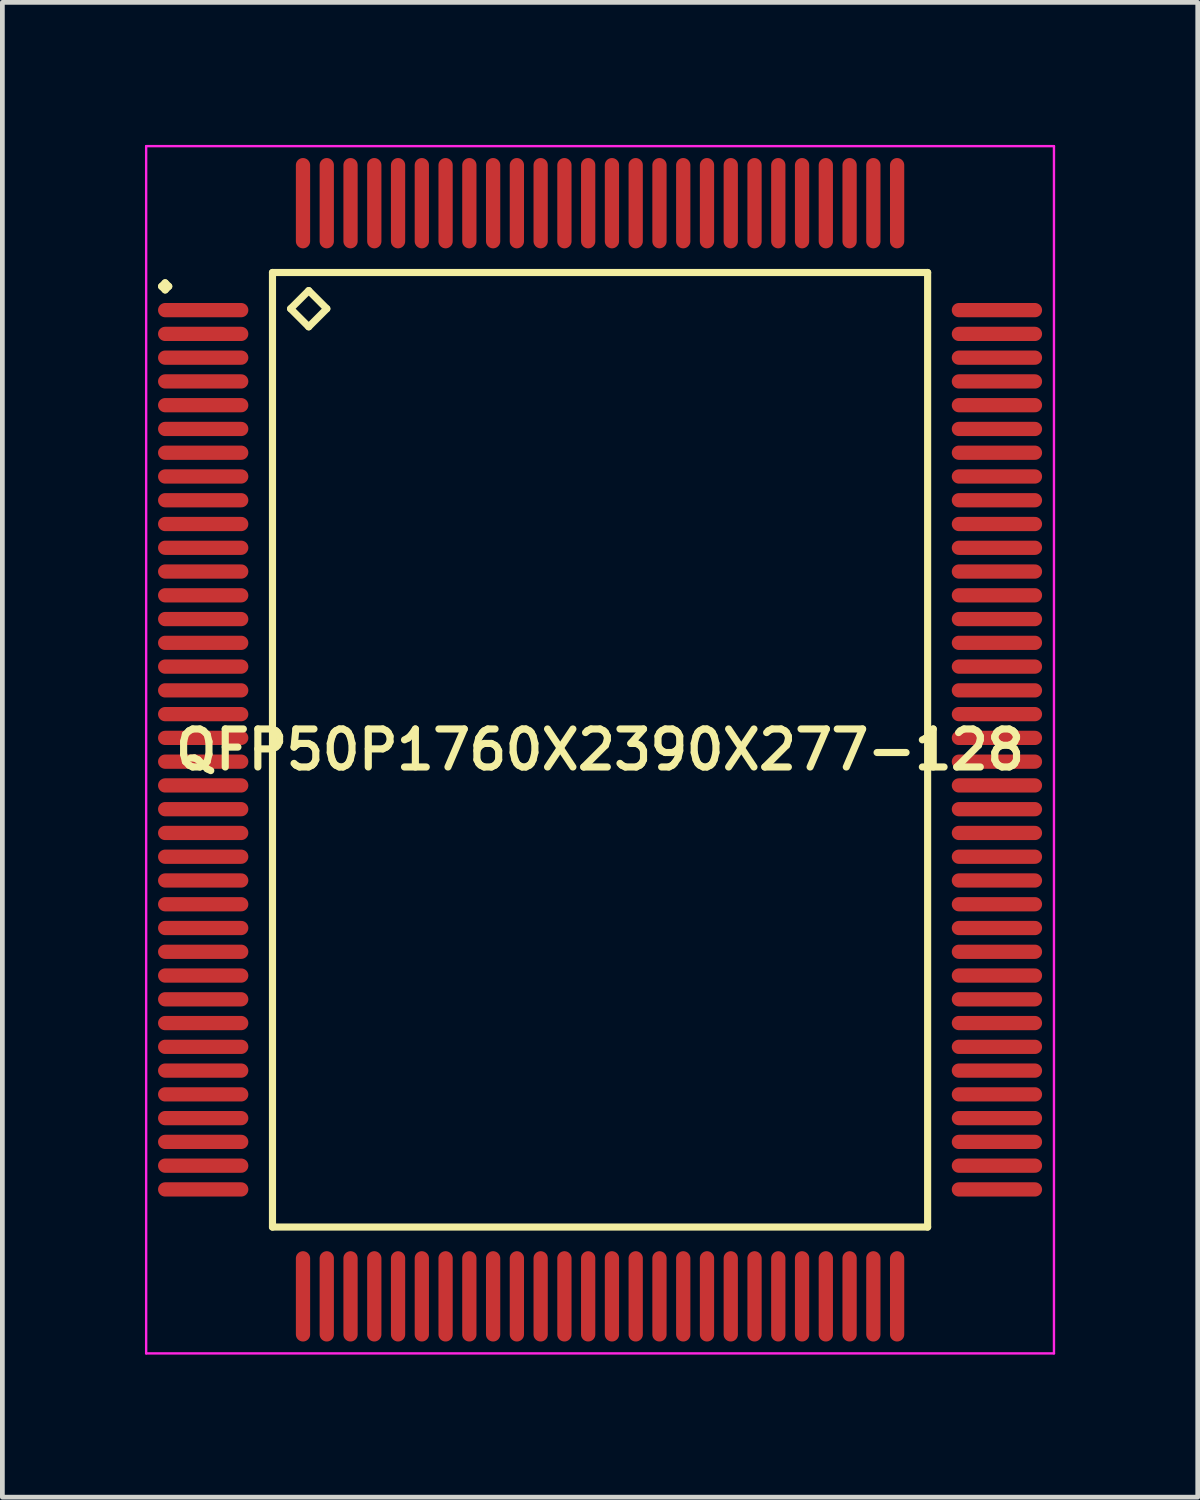
<source format=kicad_pcb>
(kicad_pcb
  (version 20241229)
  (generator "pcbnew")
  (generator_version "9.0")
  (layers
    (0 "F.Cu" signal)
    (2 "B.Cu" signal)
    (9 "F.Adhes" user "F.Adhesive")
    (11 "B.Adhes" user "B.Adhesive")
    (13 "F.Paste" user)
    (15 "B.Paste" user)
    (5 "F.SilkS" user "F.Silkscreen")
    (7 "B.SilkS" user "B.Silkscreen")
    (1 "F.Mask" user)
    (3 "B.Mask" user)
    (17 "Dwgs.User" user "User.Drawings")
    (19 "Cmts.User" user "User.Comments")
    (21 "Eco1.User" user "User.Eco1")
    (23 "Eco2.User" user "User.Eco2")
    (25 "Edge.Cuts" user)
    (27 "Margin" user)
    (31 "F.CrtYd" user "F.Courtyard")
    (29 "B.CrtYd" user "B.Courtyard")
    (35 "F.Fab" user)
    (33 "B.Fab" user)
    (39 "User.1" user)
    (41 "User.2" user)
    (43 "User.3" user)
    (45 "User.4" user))
  (footprint "QFP50P1760X2390X277-128"
    (layer "F.Cu")
    (at 9.575 12.725)
    (property "Reference" "QFP50P1760X2390X277-128" (at 0 0 0) (layer "F.SilkS") (effects (font (size 0.8 0.8) (thickness 0.15))))
    (attr smd)
    (fp_line (start -9.225 -9.75) (end -9.15 -9.825) (stroke (width 0.15) (type solid)) (layer "F.SilkS"))
    (fp_line (start -9.15 -9.825) (end -9.075 -9.75) (stroke (width 0.15) (type solid)) (layer "F.SilkS"))
    (fp_line (start -9.15 -9.675) (end -9.225 -9.75) (stroke (width 0.15) (type solid)) (layer "F.SilkS"))
    (fp_line (start -9.075 -9.75) (end -9.15 -9.675) (stroke (width 0.15) (type solid)) (layer "F.SilkS"))
    (fp_line (start -6.892 -10.042) (end -6.892 10.042) (stroke (width 0.15) (type solid)) (layer "F.SilkS"))
    (fp_line (start -6.892 10.042) (end 6.892 10.042) (stroke (width 0.15) (type solid)) (layer "F.SilkS"))
    (fp_line (start -6.511 -9.28) (end -6.13 -9.661) (stroke (width 0.15) (type solid)) (layer "F.SilkS"))
    (fp_line (start -6.13 -9.661) (end -5.749 -9.28) (stroke (width 0.15) (type solid)) (layer "F.SilkS"))
    (fp_line (start -6.13 -8.899) (end -6.511 -9.28) (stroke (width 0.15) (type solid)) (layer "F.SilkS"))
    (fp_line (start -5.749 -9.28) (end -6.13 -8.899) (stroke (width 0.15) (type solid)) (layer "F.SilkS"))
    (fp_line (start 6.892 -10.042) (end -6.892 -10.042) (stroke (width 0.15) (type solid)) (layer "F.SilkS"))
    (fp_line (start 6.892 10.042) (end 6.892 -10.042) (stroke (width 0.15) (type solid)) (layer "F.SilkS"))
    (fp_line (start -9.55 -12.7) (end 9.55 -12.7) (stroke (width 0.05) (type solid)) (layer "F.CrtYd"))
    (fp_line (start -9.55 12.7) (end -9.55 -12.7) (stroke (width 0.05) (type solid)) (layer "F.CrtYd"))
    (fp_line (start 9.55 -12.7) (end 9.55 12.7) (stroke (width 0.05) (type solid)) (layer "F.CrtYd"))
    (fp_line (start 9.55 12.7) (end -9.55 12.7) (stroke (width 0.05) (type solid)) (layer "F.CrtYd"))
    (pad "1" smd oval (at -8.35 -9.25) (size 1.9 0.3) (layers "F.Cu" "F.Mask" "F.Paste"))
    (pad "2" smd oval (at -8.35 -8.75) (size 1.9 0.3) (layers "F.Cu" "F.Mask" "F.Paste"))
    (pad "3" smd oval (at -8.35 -8.25) (size 1.9 0.3) (layers "F.Cu" "F.Mask" "F.Paste"))
    (pad "4" smd oval (at -8.35 -7.75) (size 1.9 0.3) (layers "F.Cu" "F.Mask" "F.Paste"))
    (pad "5" smd oval (at -8.35 -7.25) (size 1.9 0.3) (layers "F.Cu" "F.Mask" "F.Paste"))
    (pad "6" smd oval (at -8.35 -6.75) (size 1.9 0.3) (layers "F.Cu" "F.Mask" "F.Paste"))
    (pad "7" smd oval (at -8.35 -6.25) (size 1.9 0.3) (layers "F.Cu" "F.Mask" "F.Paste"))
    (pad "8" smd oval (at -8.35 -5.75) (size 1.9 0.3) (layers "F.Cu" "F.Mask" "F.Paste"))
    (pad "9" smd oval (at -8.35 -5.25) (size 1.9 0.3) (layers "F.Cu" "F.Mask" "F.Paste"))
    (pad "10" smd oval (at -8.35 -4.75) (size 1.9 0.3) (layers "F.Cu" "F.Mask" "F.Paste"))
    (pad "11" smd oval (at -8.35 -4.25) (size 1.9 0.3) (layers "F.Cu" "F.Mask" "F.Paste"))
    (pad "12" smd oval (at -8.35 -3.75) (size 1.9 0.3) (layers "F.Cu" "F.Mask" "F.Paste"))
    (pad "13" smd oval (at -8.35 -3.25) (size 1.9 0.3) (layers "F.Cu" "F.Mask" "F.Paste"))
    (pad "14" smd oval (at -8.35 -2.75) (size 1.9 0.3) (layers "F.Cu" "F.Mask" "F.Paste"))
    (pad "15" smd oval (at -8.35 -2.25) (size 1.9 0.3) (layers "F.Cu" "F.Mask" "F.Paste"))
    (pad "16" smd oval (at -8.35 -1.75) (size 1.9 0.3) (layers "F.Cu" "F.Mask" "F.Paste"))
    (pad "17" smd oval (at -8.35 -1.25) (size 1.9 0.3) (layers "F.Cu" "F.Mask" "F.Paste"))
    (pad "18" smd oval (at -8.35 -0.75) (size 1.9 0.3) (layers "F.Cu" "F.Mask" "F.Paste"))
    (pad "19" smd oval (at -8.35 -0.25) (size 1.9 0.3) (layers "F.Cu" "F.Mask" "F.Paste"))
    (pad "20" smd oval (at -8.35 0.25) (size 1.9 0.3) (layers "F.Cu" "F.Mask" "F.Paste"))
    (pad "21" smd oval (at -8.35 0.75) (size 1.9 0.3) (layers "F.Cu" "F.Mask" "F.Paste"))
    (pad "22" smd oval (at -8.35 1.25) (size 1.9 0.3) (layers "F.Cu" "F.Mask" "F.Paste"))
    (pad "23" smd oval (at -8.35 1.75) (size 1.9 0.3) (layers "F.Cu" "F.Mask" "F.Paste"))
    (pad "24" smd oval (at -8.35 2.25) (size 1.9 0.3) (layers "F.Cu" "F.Mask" "F.Paste"))
    (pad "25" smd oval (at -8.35 2.75) (size 1.9 0.3) (layers "F.Cu" "F.Mask" "F.Paste"))
    (pad "26" smd oval (at -8.35 3.25) (size 1.9 0.3) (layers "F.Cu" "F.Mask" "F.Paste"))
    (pad "27" smd oval (at -8.35 3.75) (size 1.9 0.3) (layers "F.Cu" "F.Mask" "F.Paste"))
    (pad "28" smd oval (at -8.35 4.25) (size 1.9 0.3) (layers "F.Cu" "F.Mask" "F.Paste"))
    (pad "29" smd oval (at -8.35 4.75) (size 1.9 0.3) (layers "F.Cu" "F.Mask" "F.Paste"))
    (pad "30" smd oval (at -8.35 5.25) (size 1.9 0.3) (layers "F.Cu" "F.Mask" "F.Paste"))
    (pad "31" smd oval (at -8.35 5.75) (size 1.9 0.3) (layers "F.Cu" "F.Mask" "F.Paste"))
    (pad "32" smd oval (at -8.35 6.25) (size 1.9 0.3) (layers "F.Cu" "F.Mask" "F.Paste"))
    (pad "33" smd oval (at -8.35 6.75) (size 1.9 0.3) (layers "F.Cu" "F.Mask" "F.Paste"))
    (pad "34" smd oval (at -8.35 7.25) (size 1.9 0.3) (layers "F.Cu" "F.Mask" "F.Paste"))
    (pad "35" smd oval (at -8.35 7.75) (size 1.9 0.3) (layers "F.Cu" "F.Mask" "F.Paste"))
    (pad "36" smd oval (at -8.35 8.25) (size 1.9 0.3) (layers "F.Cu" "F.Mask" "F.Paste"))
    (pad "37" smd oval (at -8.35 8.75) (size 1.9 0.3) (layers "F.Cu" "F.Mask" "F.Paste"))
    (pad "38" smd oval (at -8.35 9.25) (size 1.9 0.3) (layers "F.Cu" "F.Mask" "F.Paste"))
    (pad "39" smd oval (at -6.25 11.5) (size 0.3 1.9) (layers "F.Cu" "F.Mask" "F.Paste"))
    (pad "40" smd oval (at -5.75 11.5) (size 0.3 1.9) (layers "F.Cu" "F.Mask" "F.Paste"))
    (pad "41" smd oval (at -5.25 11.5) (size 0.3 1.9) (layers "F.Cu" "F.Mask" "F.Paste"))
    (pad "42" smd oval (at -4.75 11.5) (size 0.3 1.9) (layers "F.Cu" "F.Mask" "F.Paste"))
    (pad "43" smd oval (at -4.25 11.5) (size 0.3 1.9) (layers "F.Cu" "F.Mask" "F.Paste"))
    (pad "44" smd oval (at -3.75 11.5) (size 0.3 1.9) (layers "F.Cu" "F.Mask" "F.Paste"))
    (pad "45" smd oval (at -3.25 11.5) (size 0.3 1.9) (layers "F.Cu" "F.Mask" "F.Paste"))
    (pad "46" smd oval (at -2.75 11.5) (size 0.3 1.9) (layers "F.Cu" "F.Mask" "F.Paste"))
    (pad "47" smd oval (at -2.25 11.5) (size 0.3 1.9) (layers "F.Cu" "F.Mask" "F.Paste"))
    (pad "48" smd oval (at -1.75 11.5) (size 0.3 1.9) (layers "F.Cu" "F.Mask" "F.Paste"))
    (pad "49" smd oval (at -1.25 11.5) (size 0.3 1.9) (layers "F.Cu" "F.Mask" "F.Paste"))
    (pad "50" smd oval (at -0.75 11.5) (size 0.3 1.9) (layers "F.Cu" "F.Mask" "F.Paste"))
    (pad "51" smd oval (at -0.25 11.5) (size 0.3 1.9) (layers "F.Cu" "F.Mask" "F.Paste"))
    (pad "52" smd oval (at 0.25 11.5) (size 0.3 1.9) (layers "F.Cu" "F.Mask" "F.Paste"))
    (pad "53" smd oval (at 0.75 11.5) (size 0.3 1.9) (layers "F.Cu" "F.Mask" "F.Paste"))
    (pad "54" smd oval (at 1.25 11.5) (size 0.3 1.9) (layers "F.Cu" "F.Mask" "F.Paste"))
    (pad "55" smd oval (at 1.75 11.5) (size 0.3 1.9) (layers "F.Cu" "F.Mask" "F.Paste"))
    (pad "56" smd oval (at 2.25 11.5) (size 0.3 1.9) (layers "F.Cu" "F.Mask" "F.Paste"))
    (pad "57" smd oval (at 2.75 11.5) (size 0.3 1.9) (layers "F.Cu" "F.Mask" "F.Paste"))
    (pad "58" smd oval (at 3.25 11.5) (size 0.3 1.9) (layers "F.Cu" "F.Mask" "F.Paste"))
    (pad "59" smd oval (at 3.75 11.5) (size 0.3 1.9) (layers "F.Cu" "F.Mask" "F.Paste"))
    (pad "60" smd oval (at 4.25 11.5) (size 0.3 1.9) (layers "F.Cu" "F.Mask" "F.Paste"))
    (pad "61" smd oval (at 4.75 11.5) (size 0.3 1.9) (layers "F.Cu" "F.Mask" "F.Paste"))
    (pad "62" smd oval (at 5.25 11.5) (size 0.3 1.9) (layers "F.Cu" "F.Mask" "F.Paste"))
    (pad "63" smd oval (at 5.75 11.5) (size 0.3 1.9) (layers "F.Cu" "F.Mask" "F.Paste"))
    (pad "64" smd oval (at 6.25 11.5) (size 0.3 1.9) (layers "F.Cu" "F.Mask" "F.Paste"))
    (pad "65" smd oval (at 8.35 9.25) (size 1.9 0.3) (layers "F.Cu" "F.Mask" "F.Paste"))
    (pad "66" smd oval (at 8.35 8.75) (size 1.9 0.3) (layers "F.Cu" "F.Mask" "F.Paste"))
    (pad "67" smd oval (at 8.35 8.25) (size 1.9 0.3) (layers "F.Cu" "F.Mask" "F.Paste"))
    (pad "68" smd oval (at 8.35 7.75) (size 1.9 0.3) (layers "F.Cu" "F.Mask" "F.Paste"))
    (pad "69" smd oval (at 8.35 7.25) (size 1.9 0.3) (layers "F.Cu" "F.Mask" "F.Paste"))
    (pad "70" smd oval (at 8.35 6.75) (size 1.9 0.3) (layers "F.Cu" "F.Mask" "F.Paste"))
    (pad "71" smd oval (at 8.35 6.25) (size 1.9 0.3) (layers "F.Cu" "F.Mask" "F.Paste"))
    (pad "72" smd oval (at 8.35 5.75) (size 1.9 0.3) (layers "F.Cu" "F.Mask" "F.Paste"))
    (pad "73" smd oval (at 8.35 5.25) (size 1.9 0.3) (layers "F.Cu" "F.Mask" "F.Paste"))
    (pad "74" smd oval (at 8.35 4.75) (size 1.9 0.3) (layers "F.Cu" "F.Mask" "F.Paste"))
    (pad "75" smd oval (at 8.35 4.25) (size 1.9 0.3) (layers "F.Cu" "F.Mask" "F.Paste"))
    (pad "76" smd oval (at 8.35 3.75) (size 1.9 0.3) (layers "F.Cu" "F.Mask" "F.Paste"))
    (pad "77" smd oval (at 8.35 3.25) (size 1.9 0.3) (layers "F.Cu" "F.Mask" "F.Paste"))
    (pad "78" smd oval (at 8.35 2.75) (size 1.9 0.3) (layers "F.Cu" "F.Mask" "F.Paste"))
    (pad "79" smd oval (at 8.35 2.25) (size 1.9 0.3) (layers "F.Cu" "F.Mask" "F.Paste"))
    (pad "80" smd oval (at 8.35 1.75) (size 1.9 0.3) (layers "F.Cu" "F.Mask" "F.Paste"))
    (pad "81" smd oval (at 8.35 1.25) (size 1.9 0.3) (layers "F.Cu" "F.Mask" "F.Paste"))
    (pad "82" smd oval (at 8.35 0.75) (size 1.9 0.3) (layers "F.Cu" "F.Mask" "F.Paste"))
    (pad "83" smd oval (at 8.35 0.25) (size 1.9 0.3) (layers "F.Cu" "F.Mask" "F.Paste"))
    (pad "84" smd oval (at 8.35 -0.25) (size 1.9 0.3) (layers "F.Cu" "F.Mask" "F.Paste"))
    (pad "85" smd oval (at 8.35 -0.75) (size 1.9 0.3) (layers "F.Cu" "F.Mask" "F.Paste"))
    (pad "86" smd oval (at 8.35 -1.25) (size 1.9 0.3) (layers "F.Cu" "F.Mask" "F.Paste"))
    (pad "87" smd oval (at 8.35 -1.75) (size 1.9 0.3) (layers "F.Cu" "F.Mask" "F.Paste"))
    (pad "88" smd oval (at 8.35 -2.25) (size 1.9 0.3) (layers "F.Cu" "F.Mask" "F.Paste"))
    (pad "89" smd oval (at 8.35 -2.75) (size 1.9 0.3) (layers "F.Cu" "F.Mask" "F.Paste"))
    (pad "90" smd oval (at 8.35 -3.25) (size 1.9 0.3) (layers "F.Cu" "F.Mask" "F.Paste"))
    (pad "91" smd oval (at 8.35 -3.75) (size 1.9 0.3) (layers "F.Cu" "F.Mask" "F.Paste"))
    (pad "92" smd oval (at 8.35 -4.25) (size 1.9 0.3) (layers "F.Cu" "F.Mask" "F.Paste"))
    (pad "93" smd oval (at 8.35 -4.75) (size 1.9 0.3) (layers "F.Cu" "F.Mask" "F.Paste"))
    (pad "94" smd oval (at 8.35 -5.25) (size 1.9 0.3) (layers "F.Cu" "F.Mask" "F.Paste"))
    (pad "95" smd oval (at 8.35 -5.75) (size 1.9 0.3) (layers "F.Cu" "F.Mask" "F.Paste"))
    (pad "96" smd oval (at 8.35 -6.25) (size 1.9 0.3) (layers "F.Cu" "F.Mask" "F.Paste"))
    (pad "97" smd oval (at 8.35 -6.75) (size 1.9 0.3) (layers "F.Cu" "F.Mask" "F.Paste"))
    (pad "98" smd oval (at 8.35 -7.25) (size 1.9 0.3) (layers "F.Cu" "F.Mask" "F.Paste"))
    (pad "99" smd oval (at 8.35 -7.75) (size 1.9 0.3) (layers "F.Cu" "F.Mask" "F.Paste"))
    (pad "100" smd oval (at 8.35 -8.25) (size 1.9 0.3) (layers "F.Cu" "F.Mask" "F.Paste"))
    (pad "101" smd oval (at 8.35 -8.75) (size 1.9 0.3) (layers "F.Cu" "F.Mask" "F.Paste"))
    (pad "102" smd oval (at 8.35 -9.25) (size 1.9 0.3) (layers "F.Cu" "F.Mask" "F.Paste"))
    (pad "103" smd oval (at 6.25 -11.5) (size 0.3 1.9) (layers "F.Cu" "F.Mask" "F.Paste"))
    (pad "104" smd oval (at 5.75 -11.5) (size 0.3 1.9) (layers "F.Cu" "F.Mask" "F.Paste"))
    (pad "105" smd oval (at 5.25 -11.5) (size 0.3 1.9) (layers "F.Cu" "F.Mask" "F.Paste"))
    (pad "106" smd oval (at 4.75 -11.5) (size 0.3 1.9) (layers "F.Cu" "F.Mask" "F.Paste"))
    (pad "107" smd oval (at 4.25 -11.5) (size 0.3 1.9) (layers "F.Cu" "F.Mask" "F.Paste"))
    (pad "108" smd oval (at 3.75 -11.5) (size 0.3 1.9) (layers "F.Cu" "F.Mask" "F.Paste"))
    (pad "109" smd oval (at 3.25 -11.5) (size 0.3 1.9) (layers "F.Cu" "F.Mask" "F.Paste"))
    (pad "110" smd oval (at 2.75 -11.5) (size 0.3 1.9) (layers "F.Cu" "F.Mask" "F.Paste"))
    (pad "111" smd oval (at 2.25 -11.5) (size 0.3 1.9) (layers "F.Cu" "F.Mask" "F.Paste"))
    (pad "112" smd oval (at 1.75 -11.5) (size 0.3 1.9) (layers "F.Cu" "F.Mask" "F.Paste"))
    (pad "113" smd oval (at 1.25 -11.5) (size 0.3 1.9) (layers "F.Cu" "F.Mask" "F.Paste"))
    (pad "114" smd oval (at 0.75 -11.5) (size 0.3 1.9) (layers "F.Cu" "F.Mask" "F.Paste"))
    (pad "115" smd oval (at 0.25 -11.5) (size 0.3 1.9) (layers "F.Cu" "F.Mask" "F.Paste"))
    (pad "116" smd oval (at -0.25 -11.5) (size 0.3 1.9) (layers "F.Cu" "F.Mask" "F.Paste"))
    (pad "117" smd oval (at -0.75 -11.5) (size 0.3 1.9) (layers "F.Cu" "F.Mask" "F.Paste"))
    (pad "118" smd oval (at -1.25 -11.5) (size 0.3 1.9) (layers "F.Cu" "F.Mask" "F.Paste"))
    (pad "119" smd oval (at -1.75 -11.5) (size 0.3 1.9) (layers "F.Cu" "F.Mask" "F.Paste"))
    (pad "120" smd oval (at -2.25 -11.5) (size 0.3 1.9) (layers "F.Cu" "F.Mask" "F.Paste"))
    (pad "121" smd oval (at -2.75 -11.5) (size 0.3 1.9) (layers "F.Cu" "F.Mask" "F.Paste"))
    (pad "122" smd oval (at -3.25 -11.5) (size 0.3 1.9) (layers "F.Cu" "F.Mask" "F.Paste"))
    (pad "123" smd oval (at -3.75 -11.5) (size 0.3 1.9) (layers "F.Cu" "F.Mask" "F.Paste"))
    (pad "124" smd oval (at -4.25 -11.5) (size 0.3 1.9) (layers "F.Cu" "F.Mask" "F.Paste"))
    (pad "125" smd oval (at -4.75 -11.5) (size 0.3 1.9) (layers "F.Cu" "F.Mask" "F.Paste"))
    (pad "126" smd oval (at -5.25 -11.5) (size 0.3 1.9) (layers "F.Cu" "F.Mask" "F.Paste"))
    (pad "127" smd oval (at -5.75 -11.5) (size 0.3 1.9) (layers "F.Cu" "F.Mask" "F.Paste"))
    (pad "128" smd oval (at -6.25 -11.5) (size 0.3 1.9) (layers "F.Cu" "F.Mask" "F.Paste")))
  (gr_rect
    (start -3 -3)
    (end 22.15 28.45)
    (stroke (width 0.1) (type default))
    (fill no)
    (layer "Edge.Cuts")))
</source>
